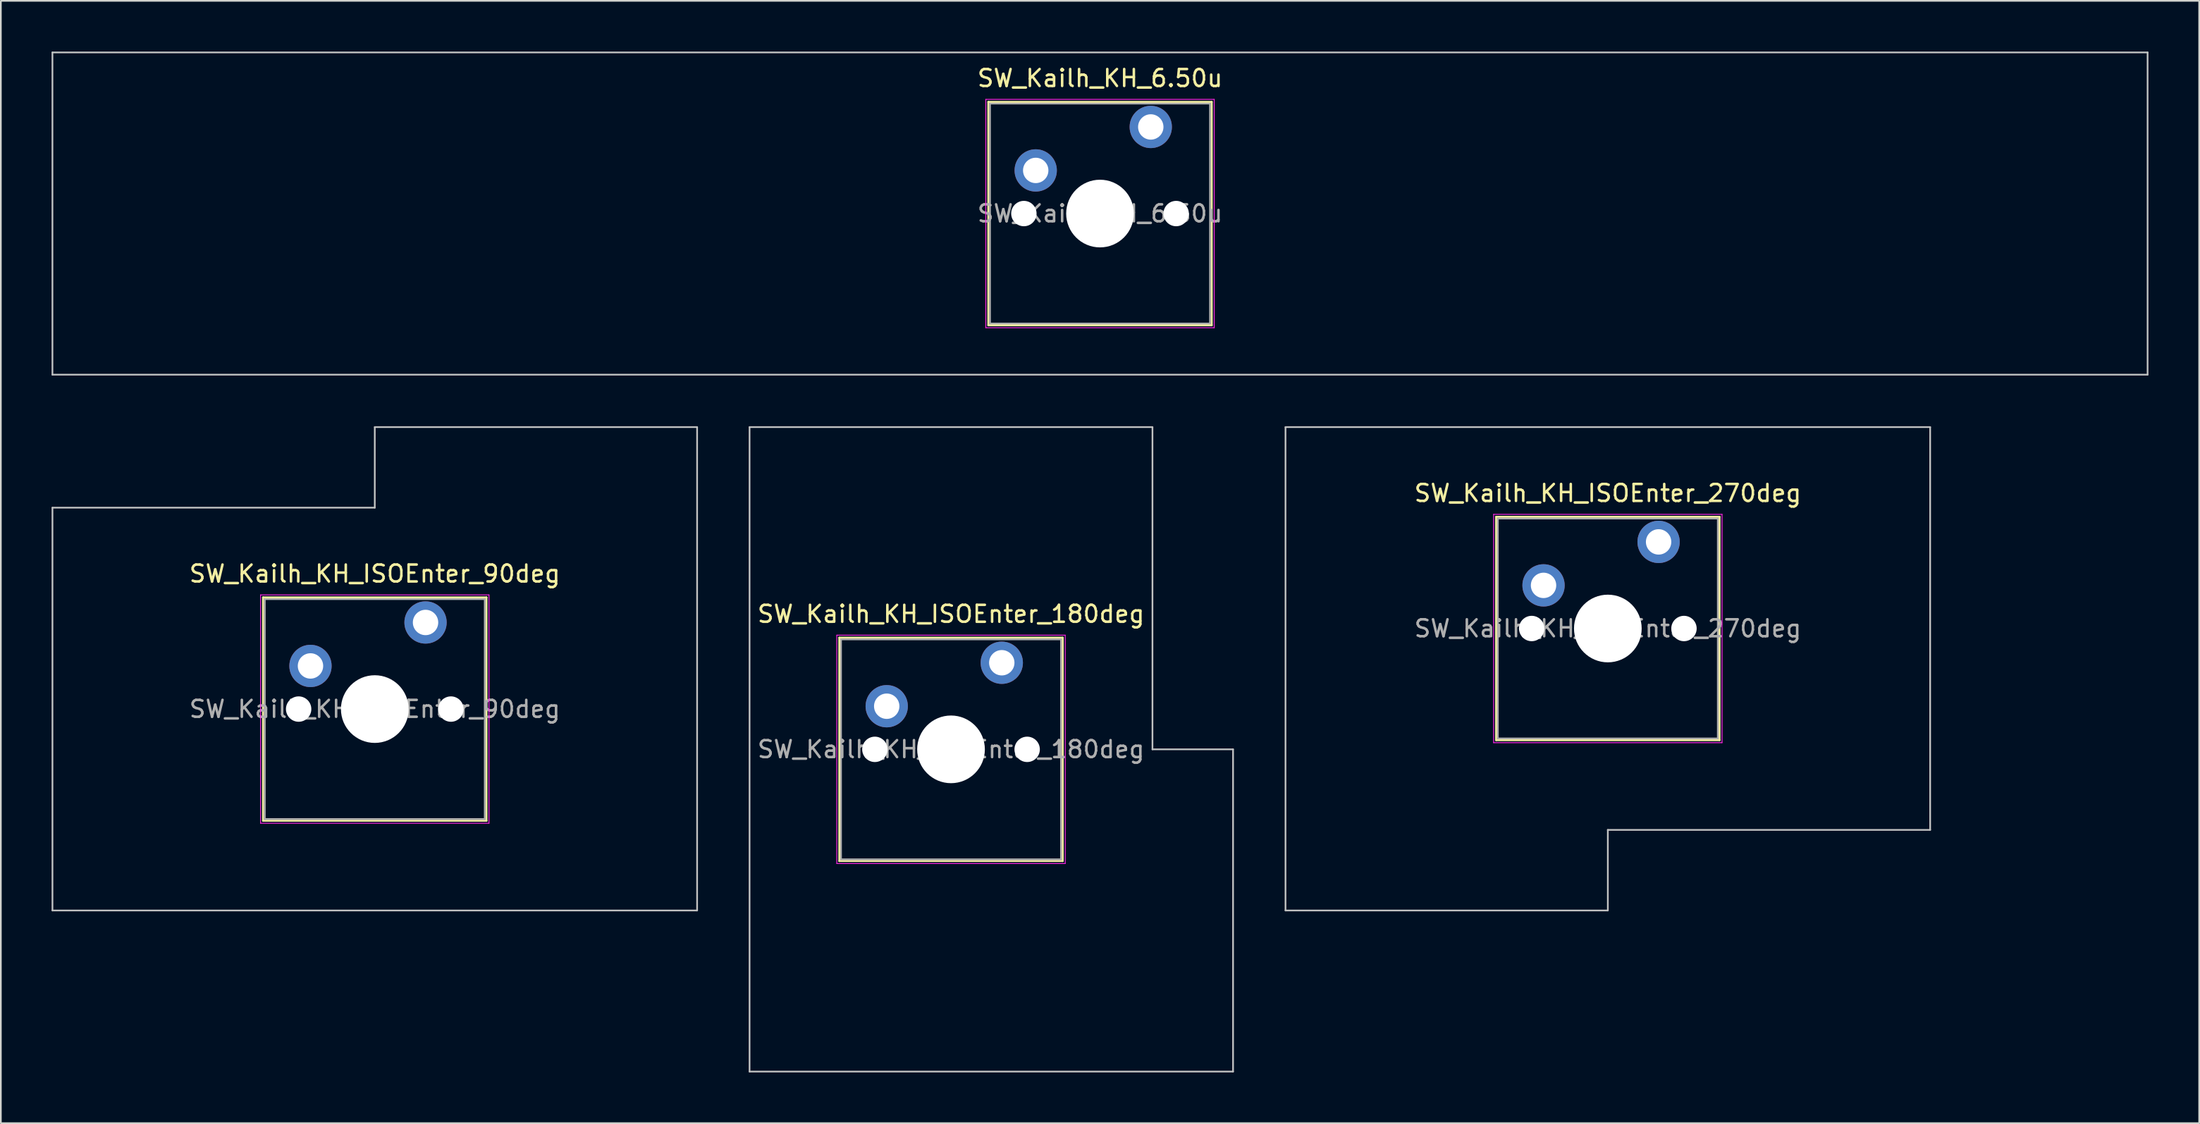
<source format=kicad_pcb>
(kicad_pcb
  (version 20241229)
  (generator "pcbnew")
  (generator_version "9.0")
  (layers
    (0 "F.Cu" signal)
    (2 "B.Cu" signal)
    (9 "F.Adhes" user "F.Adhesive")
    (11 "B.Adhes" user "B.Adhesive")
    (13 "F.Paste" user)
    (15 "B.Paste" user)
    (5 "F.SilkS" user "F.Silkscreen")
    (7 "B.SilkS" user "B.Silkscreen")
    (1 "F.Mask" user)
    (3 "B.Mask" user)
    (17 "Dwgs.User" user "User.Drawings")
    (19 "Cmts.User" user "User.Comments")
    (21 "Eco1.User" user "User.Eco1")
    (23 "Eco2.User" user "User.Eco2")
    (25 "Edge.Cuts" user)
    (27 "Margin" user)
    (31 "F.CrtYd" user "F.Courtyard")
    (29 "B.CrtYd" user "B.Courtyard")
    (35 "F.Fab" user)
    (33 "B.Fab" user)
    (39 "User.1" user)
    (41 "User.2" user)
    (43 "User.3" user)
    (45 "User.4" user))
  (footprint "SW_Kailh_KH_ISOEnter_90deg"
    (layer "F.Cu")
    (at 19.1 38.869)
    (property "Reference" "SW_Kailh_KH_ISOEnter_90deg" (at 0 -8 0) (layer "F.SilkS") (effects (font (size 1 1) (thickness 0.15))))
    (attr through_hole)
    (fp_line (start -6.6 -6.6) (end -6.6 6.6) (stroke (width 0.12) (type solid)) (layer "F.SilkS"))
    (fp_line (start -6.6 6.6) (end 6.6 6.6) (stroke (width 0.12) (type solid)) (layer "F.SilkS"))
    (fp_line (start 6.6 -6.6) (end -6.6 -6.6) (stroke (width 0.12) (type solid)) (layer "F.SilkS"))
    (fp_line (start 6.6 6.6) (end 6.6 -6.6) (stroke (width 0.12) (type solid)) (layer "F.SilkS"))
    (fp_line (start -19.05 -11.906) (end -19.05 11.906) (stroke (width 0.1) (type solid)) (layer "Dwgs.User"))
    (fp_line (start -19.05 11.906) (end 19.05 11.906) (stroke (width 0.1) (type solid)) (layer "Dwgs.User"))
    (fp_line (start 0 -16.669) (end 0 -11.906) (stroke (width 0.1) (type solid)) (layer "Dwgs.User"))
    (fp_line (start 0 -11.906) (end -19.05 -11.906) (stroke (width 0.1) (type solid)) (layer "Dwgs.User"))
    (fp_line (start 19.05 -16.669) (end 0 -16.669) (stroke (width 0.1) (type solid)) (layer "Dwgs.User"))
    (fp_line (start 19.05 11.906) (end 19.05 -16.669) (stroke (width 0.1) (type solid)) (layer "Dwgs.User"))
    (fp_line (start -6.1 -6.1) (end -6.1 6.1) (stroke (width 0.1) (type solid)) (layer "Eco1.User"))
    (fp_line (start -6.1 6.1) (end 6.1 6.1) (stroke (width 0.1) (type solid)) (layer "Eco1.User"))
    (fp_line (start 6.1 -6.1) (end -6.1 -6.1) (stroke (width 0.1) (type solid)) (layer "Eco1.User"))
    (fp_line (start 6.1 6.1) (end 6.1 -6.1) (stroke (width 0.1) (type solid)) (layer "Eco1.User"))
    (fp_line (start -6.75 -6.75) (end -6.75 6.75) (stroke (width 0.05) (type solid)) (layer "F.CrtYd"))
    (fp_line (start -6.75 6.75) (end 6.75 6.75) (stroke (width 0.05) (type solid)) (layer "F.CrtYd"))
    (fp_line (start 6.75 -6.75) (end -6.75 -6.75) (stroke (width 0.05) (type solid)) (layer "F.CrtYd"))
    (fp_line (start 6.75 6.75) (end 6.75 -6.75) (stroke (width 0.05) (type solid)) (layer "F.CrtYd"))
    (fp_line (start -6.5 -6.5) (end -6.5 6.5) (stroke (width 0.1) (type solid)) (layer "F.Fab"))
    (fp_line (start -6.5 6.5) (end 6.5 6.5) (stroke (width 0.1) (type solid)) (layer "F.Fab"))
    (fp_line (start 6.5 -6.5) (end -6.5 -6.5) (stroke (width 0.1) (type solid)) (layer "F.Fab"))
    (fp_line (start 6.5 6.5) (end 6.5 -6.5) (stroke (width 0.1) (type solid)) (layer "F.Fab"))
    (fp_text user "${REFERENCE}" (at 0 0 0) (layer "F.Fab") (effects (font (size 1 1) (thickness 0.15))))
    (pad "" np_thru_hole circle (at -4.5 0) (size 1.5 1.5) (drill 1.5) (layers "*.Cu" "*.Mask"))
    (pad "" np_thru_hole circle (at 0 0) (size 4 4) (drill 4) (layers "*.Cu" "*.Mask"))
    (pad "" np_thru_hole circle (at 4.5 0) (size 1.5 1.5) (drill 1.5) (layers "*.Cu" "*.Mask"))
    (pad "1" thru_hole circle (at -3.8 -2.55) (size 2.5 2.5) (drill 1.5) (layers "*.Cu" "*.Mask"))
    (pad "2" thru_hole circle (at 3 -5.12) (size 2.5 2.5) (drill 1.5) (layers "*.Cu" "*.Mask")))
  (footprint "SW_Kailh_KH_6.50u"
    (layer "F.Cu")
    (at 61.962 9.575)
    (property "Reference" "SW_Kailh_KH_6.50u" (at 0 -8 0) (layer "F.SilkS") (effects (font (size 1 1) (thickness 0.15))))
    (attr through_hole)
    (fp_line (start -6.6 -6.6) (end -6.6 6.6) (stroke (width 0.12) (type solid)) (layer "F.SilkS"))
    (fp_line (start -6.6 6.6) (end 6.6 6.6) (stroke (width 0.12) (type solid)) (layer "F.SilkS"))
    (fp_line (start 6.6 -6.6) (end -6.6 -6.6) (stroke (width 0.12) (type solid)) (layer "F.SilkS"))
    (fp_line (start 6.6 6.6) (end 6.6 -6.6) (stroke (width 0.12) (type solid)) (layer "F.SilkS"))
    (fp_line (start -61.913 -9.525) (end -61.913 9.525) (stroke (width 0.1) (type solid)) (layer "Dwgs.User"))
    (fp_line (start -61.913 9.525) (end 61.913 9.525) (stroke (width 0.1) (type solid)) (layer "Dwgs.User"))
    (fp_line (start 61.913 -9.525) (end -61.913 -9.525) (stroke (width 0.1) (type solid)) (layer "Dwgs.User"))
    (fp_line (start 61.913 9.525) (end 61.913 -9.525) (stroke (width 0.1) (type solid)) (layer "Dwgs.User"))
    (fp_line (start -6.1 -6.1) (end -6.1 6.1) (stroke (width 0.1) (type solid)) (layer "Eco1.User"))
    (fp_line (start -6.1 6.1) (end 6.1 6.1) (stroke (width 0.1) (type solid)) (layer "Eco1.User"))
    (fp_line (start 6.1 -6.1) (end -6.1 -6.1) (stroke (width 0.1) (type solid)) (layer "Eco1.User"))
    (fp_line (start 6.1 6.1) (end 6.1 -6.1) (stroke (width 0.1) (type solid)) (layer "Eco1.User"))
    (fp_line (start -6.75 -6.75) (end -6.75 6.75) (stroke (width 0.05) (type solid)) (layer "F.CrtYd"))
    (fp_line (start -6.75 6.75) (end 6.75 6.75) (stroke (width 0.05) (type solid)) (layer "F.CrtYd"))
    (fp_line (start 6.75 -6.75) (end -6.75 -6.75) (stroke (width 0.05) (type solid)) (layer "F.CrtYd"))
    (fp_line (start 6.75 6.75) (end 6.75 -6.75) (stroke (width 0.05) (type solid)) (layer "F.CrtYd"))
    (fp_line (start -6.5 -6.5) (end -6.5 6.5) (stroke (width 0.1) (type solid)) (layer "F.Fab"))
    (fp_line (start -6.5 6.5) (end 6.5 6.5) (stroke (width 0.1) (type solid)) (layer "F.Fab"))
    (fp_line (start 6.5 -6.5) (end -6.5 -6.5) (stroke (width 0.1) (type solid)) (layer "F.Fab"))
    (fp_line (start 6.5 6.5) (end 6.5 -6.5) (stroke (width 0.1) (type solid)) (layer "F.Fab"))
    (fp_text user "${REFERENCE}" (at 0 0 0) (layer "F.Fab") (effects (font (size 1 1) (thickness 0.15))))
    (pad "" np_thru_hole circle (at -4.5 0) (size 1.5 1.5) (drill 1.5) (layers "*.Cu" "*.Mask"))
    (pad "" np_thru_hole circle (at 0 0) (size 4 4) (drill 4) (layers "*.Cu" "*.Mask"))
    (pad "" np_thru_hole circle (at 4.5 0) (size 1.5 1.5) (drill 1.5) (layers "*.Cu" "*.Mask"))
    (pad "1" thru_hole circle (at -3.8 -2.55) (size 2.5 2.5) (drill 1.5) (layers "*.Cu" "*.Mask"))
    (pad "2" thru_hole circle (at 3 -5.12) (size 2.5 2.5) (drill 1.5) (layers "*.Cu" "*.Mask")))
  (footprint "SW_Kailh_KH_ISOEnter_180deg"
    (layer "F.Cu")
    (at 53.156 41.25)
    (property "Reference" "SW_Kailh_KH_ISOEnter_180deg" (at 0 -8 0) (layer "F.SilkS") (effects (font (size 1 1) (thickness 0.15))))
    (attr through_hole)
    (fp_line (start -6.6 -6.6) (end -6.6 6.6) (stroke (width 0.12) (type solid)) (layer "F.SilkS"))
    (fp_line (start -6.6 6.6) (end 6.6 6.6) (stroke (width 0.12) (type solid)) (layer "F.SilkS"))
    (fp_line (start 6.6 -6.6) (end -6.6 -6.6) (stroke (width 0.12) (type solid)) (layer "F.SilkS"))
    (fp_line (start 6.6 6.6) (end 6.6 -6.6) (stroke (width 0.12) (type solid)) (layer "F.SilkS"))
    (fp_line (start -11.906 -19.05) (end -11.906 19.05) (stroke (width 0.1) (type solid)) (layer "Dwgs.User"))
    (fp_line (start -11.906 19.05) (end 16.669 19.05) (stroke (width 0.1) (type solid)) (layer "Dwgs.User"))
    (fp_line (start 11.906 -19.05) (end -11.906 -19.05) (stroke (width 0.1) (type solid)) (layer "Dwgs.User"))
    (fp_line (start 11.906 0) (end 11.906 -19.05) (stroke (width 0.1) (type solid)) (layer "Dwgs.User"))
    (fp_line (start 16.669 0) (end 11.906 0) (stroke (width 0.1) (type solid)) (layer "Dwgs.User"))
    (fp_line (start 16.669 19.05) (end 16.669 0) (stroke (width 0.1) (type solid)) (layer "Dwgs.User"))
    (fp_line (start -6.1 -6.1) (end -6.1 6.1) (stroke (width 0.1) (type solid)) (layer "Eco1.User"))
    (fp_line (start -6.1 6.1) (end 6.1 6.1) (stroke (width 0.1) (type solid)) (layer "Eco1.User"))
    (fp_line (start 6.1 -6.1) (end -6.1 -6.1) (stroke (width 0.1) (type solid)) (layer "Eco1.User"))
    (fp_line (start 6.1 6.1) (end 6.1 -6.1) (stroke (width 0.1) (type solid)) (layer "Eco1.User"))
    (fp_line (start -6.75 -6.75) (end -6.75 6.75) (stroke (width 0.05) (type solid)) (layer "F.CrtYd"))
    (fp_line (start -6.75 6.75) (end 6.75 6.75) (stroke (width 0.05) (type solid)) (layer "F.CrtYd"))
    (fp_line (start 6.75 -6.75) (end -6.75 -6.75) (stroke (width 0.05) (type solid)) (layer "F.CrtYd"))
    (fp_line (start 6.75 6.75) (end 6.75 -6.75) (stroke (width 0.05) (type solid)) (layer "F.CrtYd"))
    (fp_line (start -6.5 -6.5) (end -6.5 6.5) (stroke (width 0.1) (type solid)) (layer "F.Fab"))
    (fp_line (start -6.5 6.5) (end 6.5 6.5) (stroke (width 0.1) (type solid)) (layer "F.Fab"))
    (fp_line (start 6.5 -6.5) (end -6.5 -6.5) (stroke (width 0.1) (type solid)) (layer "F.Fab"))
    (fp_line (start 6.5 6.5) (end 6.5 -6.5) (stroke (width 0.1) (type solid)) (layer "F.Fab"))
    (fp_text user "${REFERENCE}" (at 0 0 0) (layer "F.Fab") (effects (font (size 1 1) (thickness 0.15))))
    (pad "" np_thru_hole circle (at -4.5 0) (size 1.5 1.5) (drill 1.5) (layers "*.Cu" "*.Mask"))
    (pad "" np_thru_hole circle (at 0 0) (size 4 4) (drill 4) (layers "*.Cu" "*.Mask"))
    (pad "" np_thru_hole circle (at 4.5 0) (size 1.5 1.5) (drill 1.5) (layers "*.Cu" "*.Mask"))
    (pad "1" thru_hole circle (at -3.8 -2.55) (size 2.5 2.5) (drill 1.5) (layers "*.Cu" "*.Mask"))
    (pad "2" thru_hole circle (at 3 -5.12) (size 2.5 2.5) (drill 1.5) (layers "*.Cu" "*.Mask")))
  (footprint "SW_Kailh_KH_ISOEnter_270deg"
    (layer "F.Cu")
    (at 91.975 34.106)
    (property "Reference" "SW_Kailh_KH_ISOEnter_270deg" (at 0 -8 0) (layer "F.SilkS") (effects (font (size 1 1) (thickness 0.15))))
    (attr through_hole)
    (fp_line (start -6.6 -6.6) (end -6.6 6.6) (stroke (width 0.12) (type solid)) (layer "F.SilkS"))
    (fp_line (start -6.6 6.6) (end 6.6 6.6) (stroke (width 0.12) (type solid)) (layer "F.SilkS"))
    (fp_line (start 6.6 -6.6) (end -6.6 -6.6) (stroke (width 0.12) (type solid)) (layer "F.SilkS"))
    (fp_line (start 6.6 6.6) (end 6.6 -6.6) (stroke (width 0.12) (type solid)) (layer "F.SilkS"))
    (fp_line (start -19.05 -11.906) (end -19.05 16.669) (stroke (width 0.1) (type solid)) (layer "Dwgs.User"))
    (fp_line (start -19.05 16.669) (end 0 16.669) (stroke (width 0.1) (type solid)) (layer "Dwgs.User"))
    (fp_line (start 0 11.906) (end 19.05 11.906) (stroke (width 0.1) (type solid)) (layer "Dwgs.User"))
    (fp_line (start 0 16.669) (end 0 11.906) (stroke (width 0.1) (type solid)) (layer "Dwgs.User"))
    (fp_line (start 19.05 -11.906) (end -19.05 -11.906) (stroke (width 0.1) (type solid)) (layer "Dwgs.User"))
    (fp_line (start 19.05 11.906) (end 19.05 -11.906) (stroke (width 0.1) (type solid)) (layer "Dwgs.User"))
    (fp_line (start -6.1 -6.1) (end -6.1 6.1) (stroke (width 0.1) (type solid)) (layer "Eco1.User"))
    (fp_line (start -6.1 6.1) (end 6.1 6.1) (stroke (width 0.1) (type solid)) (layer "Eco1.User"))
    (fp_line (start 6.1 -6.1) (end -6.1 -6.1) (stroke (width 0.1) (type solid)) (layer "Eco1.User"))
    (fp_line (start 6.1 6.1) (end 6.1 -6.1) (stroke (width 0.1) (type solid)) (layer "Eco1.User"))
    (fp_line (start -6.75 -6.75) (end -6.75 6.75) (stroke (width 0.05) (type solid)) (layer "F.CrtYd"))
    (fp_line (start -6.75 6.75) (end 6.75 6.75) (stroke (width 0.05) (type solid)) (layer "F.CrtYd"))
    (fp_line (start 6.75 -6.75) (end -6.75 -6.75) (stroke (width 0.05) (type solid)) (layer "F.CrtYd"))
    (fp_line (start 6.75 6.75) (end 6.75 -6.75) (stroke (width 0.05) (type solid)) (layer "F.CrtYd"))
    (fp_line (start -6.5 -6.5) (end -6.5 6.5) (stroke (width 0.1) (type solid)) (layer "F.Fab"))
    (fp_line (start -6.5 6.5) (end 6.5 6.5) (stroke (width 0.1) (type solid)) (layer "F.Fab"))
    (fp_line (start 6.5 -6.5) (end -6.5 -6.5) (stroke (width 0.1) (type solid)) (layer "F.Fab"))
    (fp_line (start 6.5 6.5) (end 6.5 -6.5) (stroke (width 0.1) (type solid)) (layer "F.Fab"))
    (fp_text user "${REFERENCE}" (at 0 0 0) (layer "F.Fab") (effects (font (size 1 1) (thickness 0.15))))
    (pad "" np_thru_hole circle (at -4.5 0) (size 1.5 1.5) (drill 1.5) (layers "*.Cu" "*.Mask"))
    (pad "" np_thru_hole circle (at 0 0) (size 4 4) (drill 4) (layers "*.Cu" "*.Mask"))
    (pad "" np_thru_hole circle (at 4.5 0) (size 1.5 1.5) (drill 1.5) (layers "*.Cu" "*.Mask"))
    (pad "1" thru_hole circle (at -3.8 -2.55) (size 2.5 2.5) (drill 1.5) (layers "*.Cu" "*.Mask"))
    (pad "2" thru_hole circle (at 3 -5.12) (size 2.5 2.5) (drill 1.5) (layers "*.Cu" "*.Mask")))
  (gr_rect
    (start -3 -3)
    (end 126.925 63.35)
    (stroke (width 0.1) (type default))
    (fill no)
    (layer "Edge.Cuts")))
</source>
